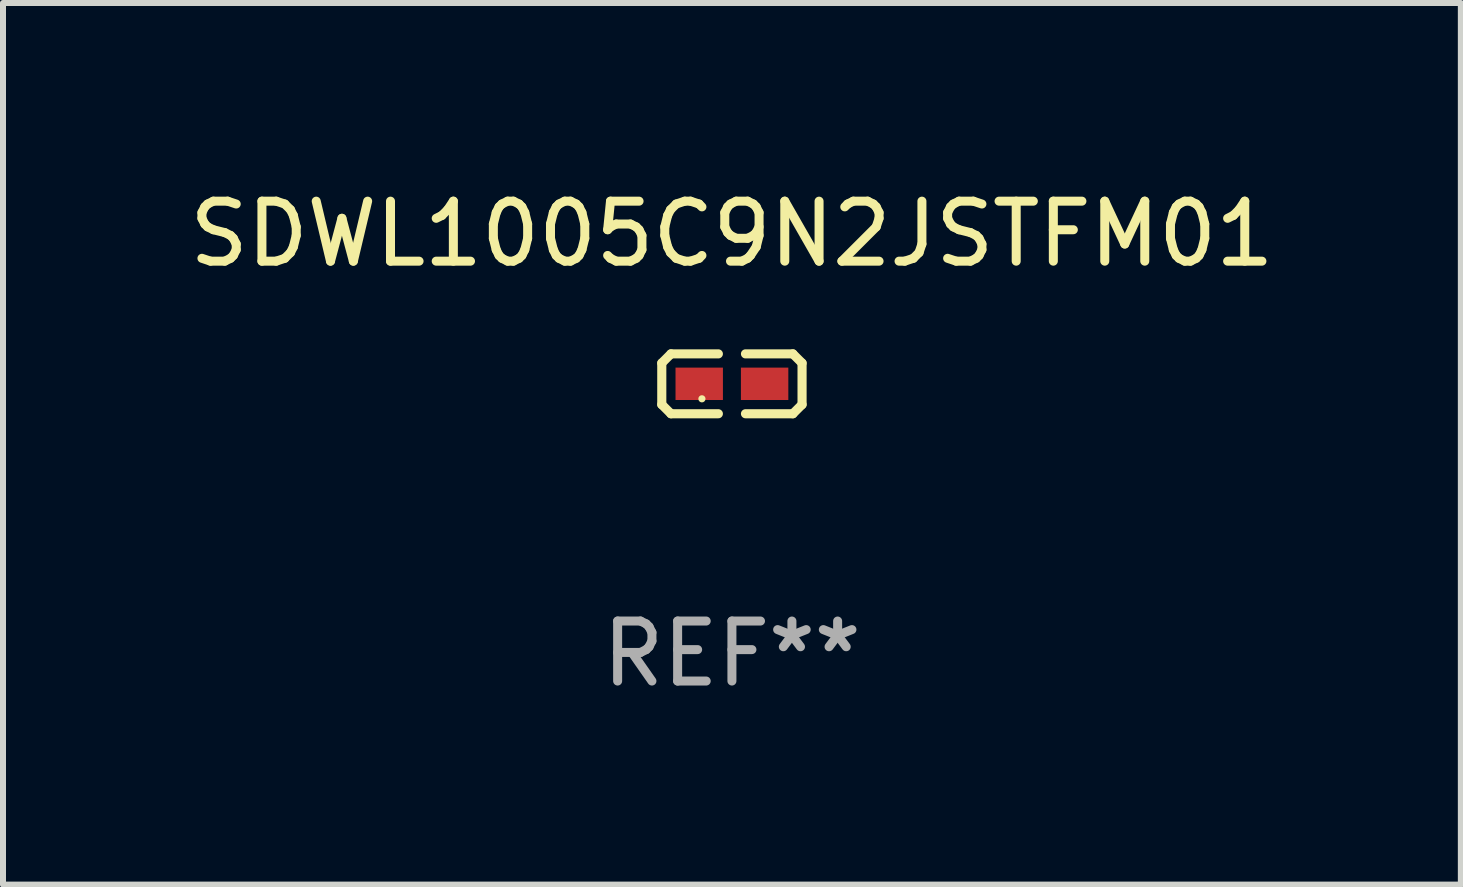
<source format=kicad_pcb>
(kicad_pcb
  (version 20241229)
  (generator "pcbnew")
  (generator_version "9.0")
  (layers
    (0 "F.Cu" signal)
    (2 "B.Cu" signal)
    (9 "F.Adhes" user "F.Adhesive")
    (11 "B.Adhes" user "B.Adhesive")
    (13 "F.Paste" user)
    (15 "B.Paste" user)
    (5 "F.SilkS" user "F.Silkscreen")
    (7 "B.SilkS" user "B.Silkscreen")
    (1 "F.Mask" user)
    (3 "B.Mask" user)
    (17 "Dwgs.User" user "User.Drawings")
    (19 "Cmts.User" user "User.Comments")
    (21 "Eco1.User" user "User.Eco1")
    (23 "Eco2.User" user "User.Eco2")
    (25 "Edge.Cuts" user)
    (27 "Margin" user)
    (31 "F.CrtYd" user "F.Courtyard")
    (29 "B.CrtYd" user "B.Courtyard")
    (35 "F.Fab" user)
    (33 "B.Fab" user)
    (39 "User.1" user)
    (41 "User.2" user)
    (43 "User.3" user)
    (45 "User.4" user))
  (footprint "SDWL1005C9N2JSTFM01"
    (layer "F.Cu")
    (at 9.149 3.347)
    (property "Reference" "SDWL1005C9N2JSTFM01" (at 0 -2.499 0) (layer "F.SilkS") (effects (font (size 1 1) (thickness 0.15))))
    (attr through_hole)
    (fp_line (start -1.169 -0.346) (end -1.016 -0.499) (stroke (width 0.152) (type solid)) (layer "F.SilkS"))
    (fp_line (start -1.169 0.346) (end -1.169 -0.346) (stroke (width 0.152) (type solid)) (layer "F.SilkS"))
    (fp_line (start -1.016 -0.499) (end -0.226 -0.499) (stroke (width 0.152) (type solid)) (layer "F.SilkS"))
    (fp_line (start -1.016 0.499) (end -1.169 0.346) (stroke (width 0.152) (type solid)) (layer "F.SilkS"))
    (fp_line (start -0.226 0.499) (end -1.016 0.499) (stroke (width 0.152) (type solid)) (layer "F.SilkS"))
    (fp_line (start 0.226 0.499) (end 1.016 0.499) (stroke (width 0.152) (type solid)) (layer "F.SilkS"))
    (fp_line (start 1.016 -0.499) (end 0.226 -0.499) (stroke (width 0.152) (type solid)) (layer "F.SilkS"))
    (fp_line (start 1.016 0.499) (end 1.169 0.346) (stroke (width 0.152) (type solid)) (layer "F.SilkS"))
    (fp_line (start 1.169 -0.346) (end 1.016 -0.499) (stroke (width 0.152) (type solid)) (layer "F.SilkS"))
    (fp_line (start 1.169 0.346) (end 1.169 -0.346) (stroke (width 0.152) (type solid)) (layer "F.SilkS"))
    (fp_circle (center -0.5 0.25) (end -0.47 0.25) (stroke (width 0.06) (type solid)) (fill no) (layer "F.SilkS"))
    (fp_text user "REF**" (at 0 4.499 0) (layer "F.Fab") (effects (font (size 1 1) (thickness 0.15))))
    (pad "1" smd rect (at -0.545 0) (size 0.79 0.54) (layers "F.Cu" "F.Mask" "F.Paste"))
    (pad "2" smd rect (at 0.545 0) (size 0.79 0.54) (layers "F.Cu" "F.Mask" "F.Paste")))
  (gr_rect
    (start -3 -3)
    (end 21.298 11.694)
    (stroke (width 0.1) (type default))
    (fill no)
    (layer "Edge.Cuts")))
</source>
